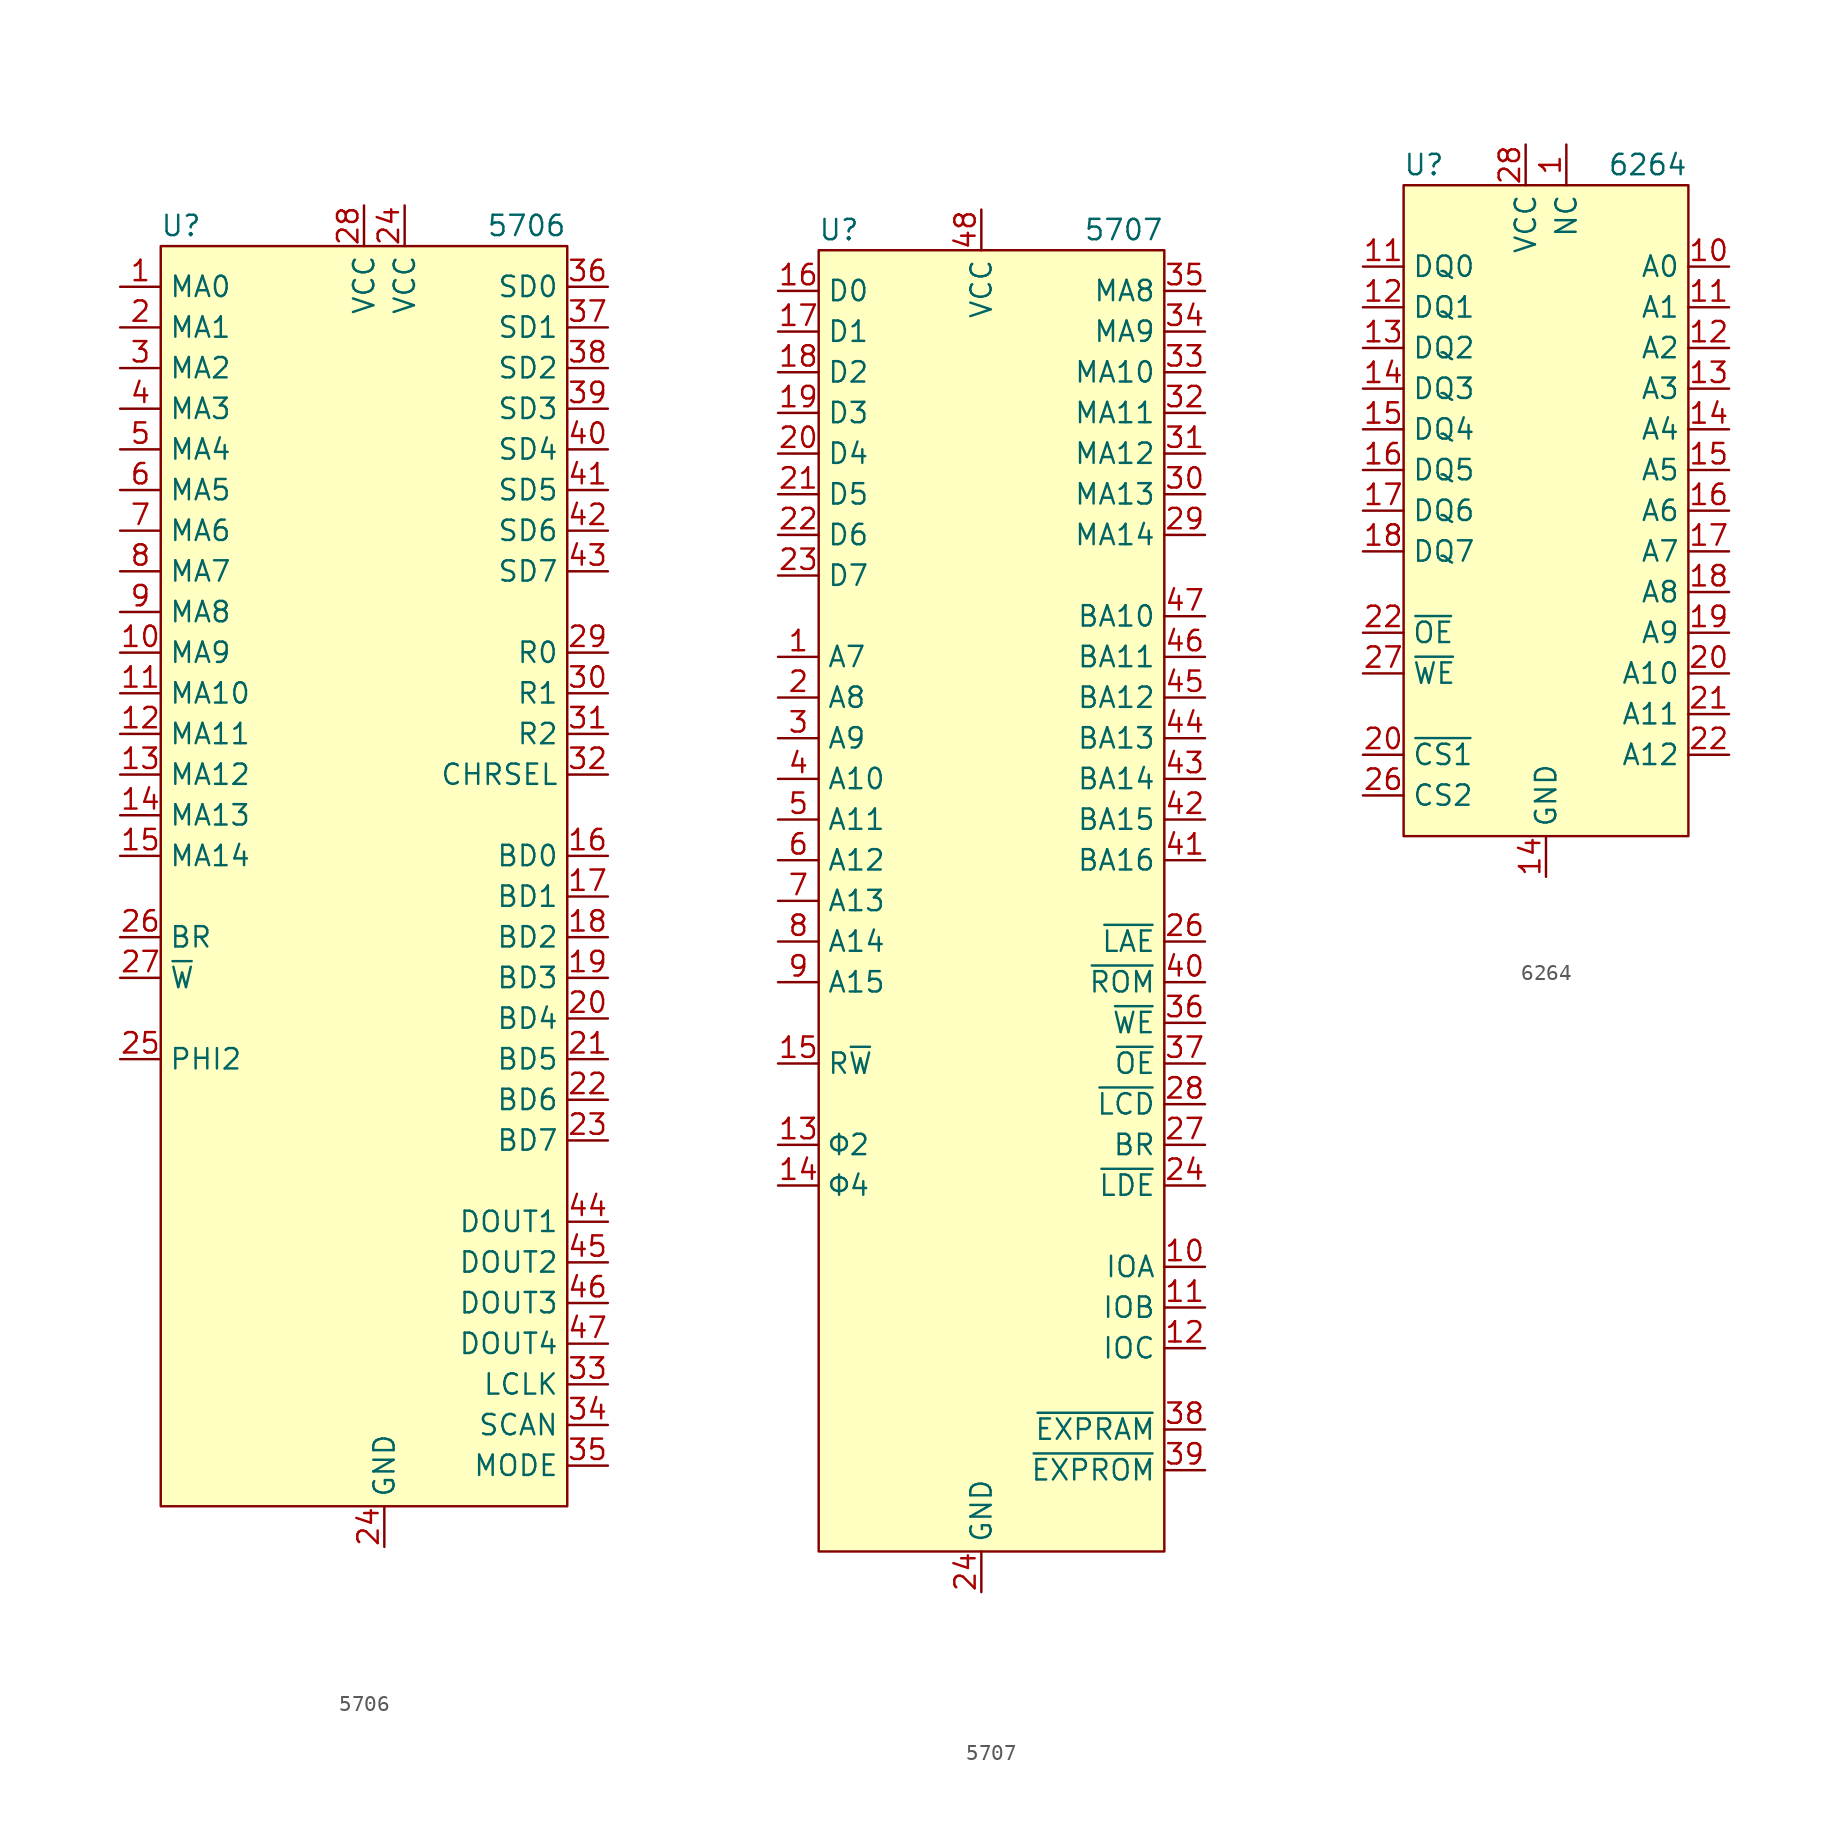
<source format=kicad_sym>
(kicad_symbol_lib
  (version 20211014)
  (generator kicad_symbol_editor)
  (symbol "5706"
    (property "Reference" "U"
      (at -12.7 36.83 0)
      (effects (font (size 1.27 1.27))))
    (property "Value" "5706"
      (at 8.89 36.83 0)
      (effects (font (size 1.27 1.27))))
    (symbol "5706_0_1"
      (rectangle (start -13.97 35.56) (end 11.43 -43.18) (stroke (width 0) (type default) (color 0 0 0 0)) (fill (type background))))
    (symbol "5706_1_1"
      (pin input line (at -16.51 33.02 0) (length 2.54) (name "MA0" (effects (font (size 1.27 1.27)))) (number "1" (effects (font (size 1.27 1.27)))))
      (pin input line (at -16.51 10.16 0) (length 2.54) (name "MA9" (effects (font (size 1.27 1.27)))) (number "10" (effects (font (size 1.27 1.27)))))
      (pin input line (at -16.51 7.62 0) (length 2.54) (name "MA10" (effects (font (size 1.27 1.27)))) (number "11" (effects (font (size 1.27 1.27)))))
      (pin input line (at -16.51 5.08 0) (length 2.54) (name "MA11" (effects (font (size 1.27 1.27)))) (number "12" (effects (font (size 1.27 1.27)))))
      (pin input line (at -16.51 2.54 0) (length 2.54) (name "MA12" (effects (font (size 1.27 1.27)))) (number "13" (effects (font (size 1.27 1.27)))))
      (pin input line (at -16.51 0 0) (length 2.54) (name "MA13" (effects (font (size 1.27 1.27)))) (number "14" (effects (font (size 1.27 1.27)))))
      (pin input line (at -16.51 -2.54 0) (length 2.54) (name "MA14" (effects (font (size 1.27 1.27)))) (number "15" (effects (font (size 1.27 1.27)))))
      (pin bidirectional line (at 13.97 -2.54 180) (length 2.54) (name "BD0" (effects (font (size 1.27 1.27)))) (number "16" (effects (font (size 1.27 1.27)))))
      (pin bidirectional line (at 13.97 -5.08 180) (length 2.54) (name "BD1" (effects (font (size 1.27 1.27)))) (number "17" (effects (font (size 1.27 1.27)))))
      (pin bidirectional line (at 13.97 -7.62 180) (length 2.54) (name "BD2" (effects (font (size 1.27 1.27)))) (number "18" (effects (font (size 1.27 1.27)))))
      (pin bidirectional line (at 13.97 -10.16 180) (length 2.54) (name "BD3" (effects (font (size 1.27 1.27)))) (number "19" (effects (font (size 1.27 1.27)))))
      (pin input line (at -16.51 30.48 0) (length 2.54) (name "MA1" (effects (font (size 1.27 1.27)))) (number "2" (effects (font (size 1.27 1.27)))))
      (pin bidirectional line (at 13.97 -12.7 180) (length 2.54) (name "BD4" (effects (font (size 1.27 1.27)))) (number "20" (effects (font (size 1.27 1.27)))))
      (pin bidirectional line (at 13.97 -15.24 180) (length 2.54) (name "BD5" (effects (font (size 1.27 1.27)))) (number "21" (effects (font (size 1.27 1.27)))))
      (pin bidirectional line (at 13.97 -17.78 180) (length 2.54) (name "BD6" (effects (font (size 1.27 1.27)))) (number "22" (effects (font (size 1.27 1.27)))))
      (pin bidirectional line (at 13.97 -20.32 180) (length 2.54) (name "BD7" (effects (font (size 1.27 1.27)))) (number "23" (effects (font (size 1.27 1.27)))))
      (pin power_in line (at 0 -45.72 90) (length 2.54) (name "GND" (effects (font (size 1.27 1.27)))) (number "24" (effects (font (size 1.27 1.27)))))
      (pin power_in line (at 1.27 38.1 270) (length 2.54) (name "VCC" (effects (font (size 1.27 1.27)))) (number "24" (effects (font (size 1.27 1.27)))))
      (pin input line (at -16.51 -15.24 0) (length 2.54) (name "PHI2" (effects (font (size 1.27 1.27)))) (number "25" (effects (font (size 1.27 1.27)))))
      (pin input line (at -16.51 -7.62 0) (length 2.54) (name "BR" (effects (font (size 1.27 1.27)))) (number "26" (effects (font (size 1.27 1.27)))))
      (pin input line (at -16.51 -10.16 0) (length 2.54) (name "~{W}" (effects (font (size 1.27 1.27)))) (number "27" (effects (font (size 1.27 1.27)))))
      (pin power_in line (at -1.27 38.1 270) (length 2.54) (name "VCC" (effects (font (size 1.27 1.27)))) (number "28" (effects (font (size 1.27 1.27)))))
      (pin input line (at 13.97 10.16 180) (length 2.54) (name "R0" (effects (font (size 1.27 1.27)))) (number "29" (effects (font (size 1.27 1.27)))))
      (pin input line (at -16.51 27.94 0) (length 2.54) (name "MA2" (effects (font (size 1.27 1.27)))) (number "3" (effects (font (size 1.27 1.27)))))
      (pin input line (at 13.97 7.62 180) (length 2.54) (name "R1" (effects (font (size 1.27 1.27)))) (number "30" (effects (font (size 1.27 1.27)))))
      (pin input line (at 13.97 5.08 180) (length 2.54) (name "R2" (effects (font (size 1.27 1.27)))) (number "31" (effects (font (size 1.27 1.27)))))
      (pin input line (at 13.97 2.54 180) (length 2.54) (name "CHRSEL" (effects (font (size 1.27 1.27)))) (number "32" (effects (font (size 1.27 1.27)))))
      (pin output line (at 13.97 -35.56 180) (length 2.54) (name "LCLK" (effects (font (size 1.27 1.27)))) (number "33" (effects (font (size 1.27 1.27)))))
      (pin output line (at 13.97 -38.1 180) (length 2.54) (name "SCAN" (effects (font (size 1.27 1.27)))) (number "34" (effects (font (size 1.27 1.27)))))
      (pin output line (at 13.97 -40.64 180) (length 2.54) (name "MODE" (effects (font (size 1.27 1.27)))) (number "35" (effects (font (size 1.27 1.27)))))
      (pin input line (at 13.97 33.02 180) (length 2.54) (name "SD0" (effects (font (size 1.27 1.27)))) (number "36" (effects (font (size 1.27 1.27)))))
      (pin input line (at 13.97 30.48 180) (length 2.54) (name "SD1" (effects (font (size 1.27 1.27)))) (number "37" (effects (font (size 1.27 1.27)))))
      (pin input line (at 13.97 27.94 180) (length 2.54) (name "SD2" (effects (font (size 1.27 1.27)))) (number "38" (effects (font (size 1.27 1.27)))))
      (pin input line (at 13.97 25.4 180) (length 2.54) (name "SD3" (effects (font (size 1.27 1.27)))) (number "39" (effects (font (size 1.27 1.27)))))
      (pin input line (at -16.51 25.4 0) (length 2.54) (name "MA3" (effects (font (size 1.27 1.27)))) (number "4" (effects (font (size 1.27 1.27)))))
      (pin input line (at 13.97 22.86 180) (length 2.54) (name "SD4" (effects (font (size 1.27 1.27)))) (number "40" (effects (font (size 1.27 1.27)))))
      (pin input line (at 13.97 20.32 180) (length 2.54) (name "SD5" (effects (font (size 1.27 1.27)))) (number "41" (effects (font (size 1.27 1.27)))))
      (pin input line (at 13.97 17.78 180) (length 2.54) (name "SD6" (effects (font (size 1.27 1.27)))) (number "42" (effects (font (size 1.27 1.27)))))
      (pin input line (at 13.97 15.24 180) (length 2.54) (name "SD7" (effects (font (size 1.27 1.27)))) (number "43" (effects (font (size 1.27 1.27)))))
      (pin output line (at 13.97 -25.4 180) (length 2.54) (name "DOUT1" (effects (font (size 1.27 1.27)))) (number "44" (effects (font (size 1.27 1.27)))))
      (pin output line (at 13.97 -27.94 180) (length 2.54) (name "DOUT2" (effects (font (size 1.27 1.27)))) (number "45" (effects (font (size 1.27 1.27)))))
      (pin output line (at 13.97 -30.48 180) (length 2.54) (name "DOUT3" (effects (font (size 1.27 1.27)))) (number "46" (effects (font (size 1.27 1.27)))))
      (pin output line (at 13.97 -33.02 180) (length 2.54) (name "DOUT4" (effects (font (size 1.27 1.27)))) (number "47" (effects (font (size 1.27 1.27)))))
      (pin input line (at -16.51 22.86 0) (length 2.54) (name "MA4" (effects (font (size 1.27 1.27)))) (number "5" (effects (font (size 1.27 1.27)))))
      (pin input line (at -16.51 20.32 0) (length 2.54) (name "MA5" (effects (font (size 1.27 1.27)))) (number "6" (effects (font (size 1.27 1.27)))))
      (pin input line (at -16.51 17.78 0) (length 2.54) (name "MA6" (effects (font (size 1.27 1.27)))) (number "7" (effects (font (size 1.27 1.27)))))
      (pin input line (at -16.51 15.24 0) (length 2.54) (name "MA7" (effects (font (size 1.27 1.27)))) (number "8" (effects (font (size 1.27 1.27)))))
      (pin input line (at -16.51 12.7 0) (length 2.54) (name "MA8" (effects (font (size 1.27 1.27)))) (number "9" (effects (font (size 1.27 1.27)))))))
  (symbol "5707"
    (property "Reference" "U"
      (at -8.89 39.37 0)
      (effects (font (size 1.27 1.27))))
    (property "Value" "5707"
      (at 8.89 39.37 0)
      (effects (font (size 1.27 1.27))))
    (symbol "5707_0_1"
      (rectangle (start -10.16 38.1) (end 11.43 -43.18) (stroke (width 0) (type default) (color 0 0 0 0)) (fill (type background))))
    (symbol "5707_1_1"
      (pin input line (at -12.7 12.7 0) (length 2.54) (name "A7" (effects (font (size 1.27 1.27)))) (number "1" (effects (font (size 1.27 1.27)))))
      (pin output line (at 13.97 -25.4 180) (length 2.54) (name "IOA" (effects (font (size 1.27 1.27)))) (number "10" (effects (font (size 1.27 1.27)))))
      (pin output line (at 13.97 -27.94 180) (length 2.54) (name "IOB" (effects (font (size 1.27 1.27)))) (number "11" (effects (font (size 1.27 1.27)))))
      (pin output line (at 13.97 -30.48 180) (length 2.54) (name "IOC" (effects (font (size 1.27 1.27)))) (number "12" (effects (font (size 1.27 1.27)))))
      (pin input line (at -12.7 -17.78 0) (length 2.54) (name "Φ2" (effects (font (size 1.27 1.27)))) (number "13" (effects (font (size 1.27 1.27)))))
      (pin input line (at -12.7 -20.32 0) (length 2.54) (name "Φ4" (effects (font (size 1.27 1.27)))) (number "14" (effects (font (size 1.27 1.27)))))
      (pin input line (at -12.7 -12.7 0) (length 2.54) (name "R~{W}" (effects (font (size 1.27 1.27)))) (number "15" (effects (font (size 1.27 1.27)))))
      (pin bidirectional line (at -12.7 35.56 0) (length 2.54) (name "D0" (effects (font (size 1.27 1.27)))) (number "16" (effects (font (size 1.27 1.27)))))
      (pin bidirectional line (at -12.7 33.02 0) (length 2.54) (name "D1" (effects (font (size 1.27 1.27)))) (number "17" (effects (font (size 1.27 1.27)))))
      (pin bidirectional line (at -12.7 30.48 0) (length 2.54) (name "D2" (effects (font (size 1.27 1.27)))) (number "18" (effects (font (size 1.27 1.27)))))
      (pin bidirectional line (at -12.7 27.94 0) (length 2.54) (name "D3" (effects (font (size 1.27 1.27)))) (number "19" (effects (font (size 1.27 1.27)))))
      (pin input line (at -12.7 10.16 0) (length 2.54) (name "A8" (effects (font (size 1.27 1.27)))) (number "2" (effects (font (size 1.27 1.27)))))
      (pin bidirectional line (at -12.7 25.4 0) (length 2.54) (name "D4" (effects (font (size 1.27 1.27)))) (number "20" (effects (font (size 1.27 1.27)))))
      (pin bidirectional line (at -12.7 22.86 0) (length 2.54) (name "D5" (effects (font (size 1.27 1.27)))) (number "21" (effects (font (size 1.27 1.27)))))
      (pin bidirectional line (at -12.7 20.32 0) (length 2.54) (name "D6" (effects (font (size 1.27 1.27)))) (number "22" (effects (font (size 1.27 1.27)))))
      (pin bidirectional line (at -12.7 17.78 0) (length 2.54) (name "D7" (effects (font (size 1.27 1.27)))) (number "23" (effects (font (size 1.27 1.27)))))
      (pin power_in line (at 0 -45.72 90) (length 2.54) (name "GND" (effects (font (size 1.27 1.27)))) (number "24" (effects (font (size 1.27 1.27)))))
      (pin output line (at 13.97 -20.32 180) (length 2.54) (name "~{LDE}" (effects (font (size 1.27 1.27)))) (number "24" (effects (font (size 1.27 1.27)))))
      (pin output line (at 13.97 -5.08 180) (length 2.54) (name "~{LAE}" (effects (font (size 1.27 1.27)))) (number "26" (effects (font (size 1.27 1.27)))))
      (pin output line (at 13.97 -17.78 180) (length 2.54) (name "BR" (effects (font (size 1.27 1.27)))) (number "27" (effects (font (size 1.27 1.27)))))
      (pin output line (at 13.97 -15.24 180) (length 2.54) (name "~{LCD}" (effects (font (size 1.27 1.27)))) (number "28" (effects (font (size 1.27 1.27)))))
      (pin output line (at 13.97 20.32 180) (length 2.54) (name "MA14" (effects (font (size 1.27 1.27)))) (number "29" (effects (font (size 1.27 1.27)))))
      (pin input line (at -12.7 7.62 0) (length 2.54) (name "A9" (effects (font (size 1.27 1.27)))) (number "3" (effects (font (size 1.27 1.27)))))
      (pin output line (at 13.97 22.86 180) (length 2.54) (name "MA13" (effects (font (size 1.27 1.27)))) (number "30" (effects (font (size 1.27 1.27)))))
      (pin output line (at 13.97 25.4 180) (length 2.54) (name "MA12" (effects (font (size 1.27 1.27)))) (number "31" (effects (font (size 1.27 1.27)))))
      (pin output line (at 13.97 27.94 180) (length 2.54) (name "MA11" (effects (font (size 1.27 1.27)))) (number "32" (effects (font (size 1.27 1.27)))))
      (pin output line (at 13.97 30.48 180) (length 2.54) (name "MA10" (effects (font (size 1.27 1.27)))) (number "33" (effects (font (size 1.27 1.27)))))
      (pin output line (at 13.97 33.02 180) (length 2.54) (name "MA9" (effects (font (size 1.27 1.27)))) (number "34" (effects (font (size 1.27 1.27)))))
      (pin output line (at 13.97 35.56 180) (length 2.54) (name "MA8" (effects (font (size 1.27 1.27)))) (number "35" (effects (font (size 1.27 1.27)))))
      (pin output line (at 13.97 -10.16 180) (length 2.54) (name "~{WE}" (effects (font (size 1.27 1.27)))) (number "36" (effects (font (size 1.27 1.27)))))
      (pin output line (at 13.97 -12.7 180) (length 2.54) (name "~{OE}" (effects (font (size 1.27 1.27)))) (number "37" (effects (font (size 1.27 1.27)))))
      (pin output line (at 13.97 -35.56 180) (length 2.54) (name "~{EXPRAM}" (effects (font (size 1.27 1.27)))) (number "38" (effects (font (size 1.27 1.27)))))
      (pin output line (at 13.97 -38.1 180) (length 2.54) (name "~{EXPROM}" (effects (font (size 1.27 1.27)))) (number "39" (effects (font (size 1.27 1.27)))))
      (pin input line (at -12.7 5.08 0) (length 2.54) (name "A10" (effects (font (size 1.27 1.27)))) (number "4" (effects (font (size 1.27 1.27)))))
      (pin output line (at 13.97 -7.62 180) (length 2.54) (name "~{ROM}" (effects (font (size 1.27 1.27)))) (number "40" (effects (font (size 1.27 1.27)))))
      (pin output line (at 13.97 0 180) (length 2.54) (name "BA16" (effects (font (size 1.27 1.27)))) (number "41" (effects (font (size 1.27 1.27)))))
      (pin output line (at 13.97 2.54 180) (length 2.54) (name "BA15" (effects (font (size 1.27 1.27)))) (number "42" (effects (font (size 1.27 1.27)))))
      (pin output line (at 13.97 5.08 180) (length 2.54) (name "BA14" (effects (font (size 1.27 1.27)))) (number "43" (effects (font (size 1.27 1.27)))))
      (pin output line (at 13.97 7.62 180) (length 2.54) (name "BA13" (effects (font (size 1.27 1.27)))) (number "44" (effects (font (size 1.27 1.27)))))
      (pin output line (at 13.97 10.16 180) (length 2.54) (name "BA12" (effects (font (size 1.27 1.27)))) (number "45" (effects (font (size 1.27 1.27)))))
      (pin output line (at 13.97 12.7 180) (length 2.54) (name "BA11" (effects (font (size 1.27 1.27)))) (number "46" (effects (font (size 1.27 1.27)))))
      (pin output line (at 13.97 15.24 180) (length 2.54) (name "BA10" (effects (font (size 1.27 1.27)))) (number "47" (effects (font (size 1.27 1.27)))))
      (pin power_in line (at 0 40.64 270) (length 2.54) (name "VCC" (effects (font (size 1.27 1.27)))) (number "48" (effects (font (size 1.27 1.27)))))
      (pin input line (at -12.7 2.54 0) (length 2.54) (name "A11" (effects (font (size 1.27 1.27)))) (number "5" (effects (font (size 1.27 1.27)))))
      (pin input line (at -12.7 0 0) (length 2.54) (name "A12" (effects (font (size 1.27 1.27)))) (number "6" (effects (font (size 1.27 1.27)))))
      (pin input line (at -12.7 -2.54 0) (length 2.54) (name "A13" (effects (font (size 1.27 1.27)))) (number "7" (effects (font (size 1.27 1.27)))))
      (pin input line (at -12.7 -5.08 0) (length 2.54) (name "A14" (effects (font (size 1.27 1.27)))) (number "8" (effects (font (size 1.27 1.27)))))
      (pin input line (at -12.7 -7.62 0) (length 2.54) (name "A15" (effects (font (size 1.27 1.27)))) (number "9" (effects (font (size 1.27 1.27)))))))
  (symbol "6264"
    (property "Reference" "U"
      (at -7.62 20.32 0)
      (effects (font (size 1.27 1.27))))
    (property "Value" "6264"
      (at 6.35 20.32 0)
      (effects (font (size 1.27 1.27))))
    (symbol "6264_0_1"
      (rectangle (start -8.89 19.05) (end 8.89 -21.59) (stroke (width 0) (type default) (color 0 0 0 0)) (fill (type background))))
    (symbol "6264_1_1"
      (pin input line (at 1.27 21.59 270) (length 2.54) (name "NC" (effects (font (size 1.27 1.27)))) (number "1" (effects (font (size 1.27 1.27)))))
      (pin input line (at 11.43 13.97 180) (length 2.54) (name "A0" (effects (font (size 1.27 1.27)))) (number "10" (effects (font (size 1.27 1.27)))))
      (pin input line (at 11.43 11.43 180) (length 2.54) (name "A1" (effects (font (size 1.27 1.27)))) (number "11" (effects (font (size 1.27 1.27)))))
      (pin bidirectional line (at -11.43 13.97 0) (length 2.54) (name "DQ0" (effects (font (size 1.27 1.27)))) (number "11" (effects (font (size 1.27 1.27)))))
      (pin input line (at 11.43 8.89 180) (length 2.54) (name "A2" (effects (font (size 1.27 1.27)))) (number "12" (effects (font (size 1.27 1.27)))))
      (pin bidirectional line (at -11.43 11.43 0) (length 2.54) (name "DQ1" (effects (font (size 1.27 1.27)))) (number "12" (effects (font (size 1.27 1.27)))))
      (pin input line (at 11.43 6.35 180) (length 2.54) (name "A3" (effects (font (size 1.27 1.27)))) (number "13" (effects (font (size 1.27 1.27)))))
      (pin bidirectional line (at -11.43 8.89 0) (length 2.54) (name "DQ2" (effects (font (size 1.27 1.27)))) (number "13" (effects (font (size 1.27 1.27)))))
      (pin input line (at 11.43 3.81 180) (length 2.54) (name "A4" (effects (font (size 1.27 1.27)))) (number "14" (effects (font (size 1.27 1.27)))))
      (pin bidirectional line (at -11.43 6.35 0) (length 2.54) (name "DQ3" (effects (font (size 1.27 1.27)))) (number "14" (effects (font (size 1.27 1.27)))))
      (pin power_in line (at 0 -24.13 90) (length 2.54) (name "GND" (effects (font (size 1.27 1.27)))) (number "14" (effects (font (size 1.27 1.27)))))
      (pin input line (at 11.43 1.27 180) (length 2.54) (name "A5" (effects (font (size 1.27 1.27)))) (number "15" (effects (font (size 1.27 1.27)))))
      (pin bidirectional line (at -11.43 3.81 0) (length 2.54) (name "DQ4" (effects (font (size 1.27 1.27)))) (number "15" (effects (font (size 1.27 1.27)))))
      (pin input line (at 11.43 -1.27 180) (length 2.54) (name "A6" (effects (font (size 1.27 1.27)))) (number "16" (effects (font (size 1.27 1.27)))))
      (pin bidirectional line (at -11.43 1.27 0) (length 2.54) (name "DQ5" (effects (font (size 1.27 1.27)))) (number "16" (effects (font (size 1.27 1.27)))))
      (pin input line (at 11.43 -3.81 180) (length 2.54) (name "A7" (effects (font (size 1.27 1.27)))) (number "17" (effects (font (size 1.27 1.27)))))
      (pin bidirectional line (at -11.43 -1.27 0) (length 2.54) (name "DQ6" (effects (font (size 1.27 1.27)))) (number "17" (effects (font (size 1.27 1.27)))))
      (pin input line (at 11.43 -6.35 180) (length 2.54) (name "A8" (effects (font (size 1.27 1.27)))) (number "18" (effects (font (size 1.27 1.27)))))
      (pin bidirectional line (at -11.43 -3.81 0) (length 2.54) (name "DQ7" (effects (font (size 1.27 1.27)))) (number "18" (effects (font (size 1.27 1.27)))))
      (pin input line (at 11.43 -8.89 180) (length 2.54) (name "A9" (effects (font (size 1.27 1.27)))) (number "19" (effects (font (size 1.27 1.27)))))
      (pin input line (at 11.43 -11.43 180) (length 2.54) (name "A10" (effects (font (size 1.27 1.27)))) (number "20" (effects (font (size 1.27 1.27)))))
      (pin input line (at -11.43 -16.51 0) (length 2.54) (name "~{CS1}" (effects (font (size 1.27 1.27)))) (number "20" (effects (font (size 1.27 1.27)))))
      (pin input line (at 11.43 -13.97 180) (length 2.54) (name "A11" (effects (font (size 1.27 1.27)))) (number "21" (effects (font (size 1.27 1.27)))))
      (pin input line (at 11.43 -16.51 180) (length 2.54) (name "A12" (effects (font (size 1.27 1.27)))) (number "22" (effects (font (size 1.27 1.27)))))
      (pin input line (at -11.43 -8.89 0) (length 2.54) (name "~{OE}" (effects (font (size 1.27 1.27)))) (number "22" (effects (font (size 1.27 1.27)))))
      (pin input line (at -11.43 -19.05 0) (length 2.54) (name "CS2" (effects (font (size 1.27 1.27)))) (number "26" (effects (font (size 1.27 1.27)))))
      (pin input line (at -11.43 -11.43 0) (length 2.54) (name "~{WE}" (effects (font (size 1.27 1.27)))) (number "27" (effects (font (size 1.27 1.27)))))
      (pin power_in line (at -1.27 21.59 270) (length 2.54) (name "VCC" (effects (font (size 1.27 1.27)))) (number "28" (effects (font (size 1.27 1.27))))))))
</source>
